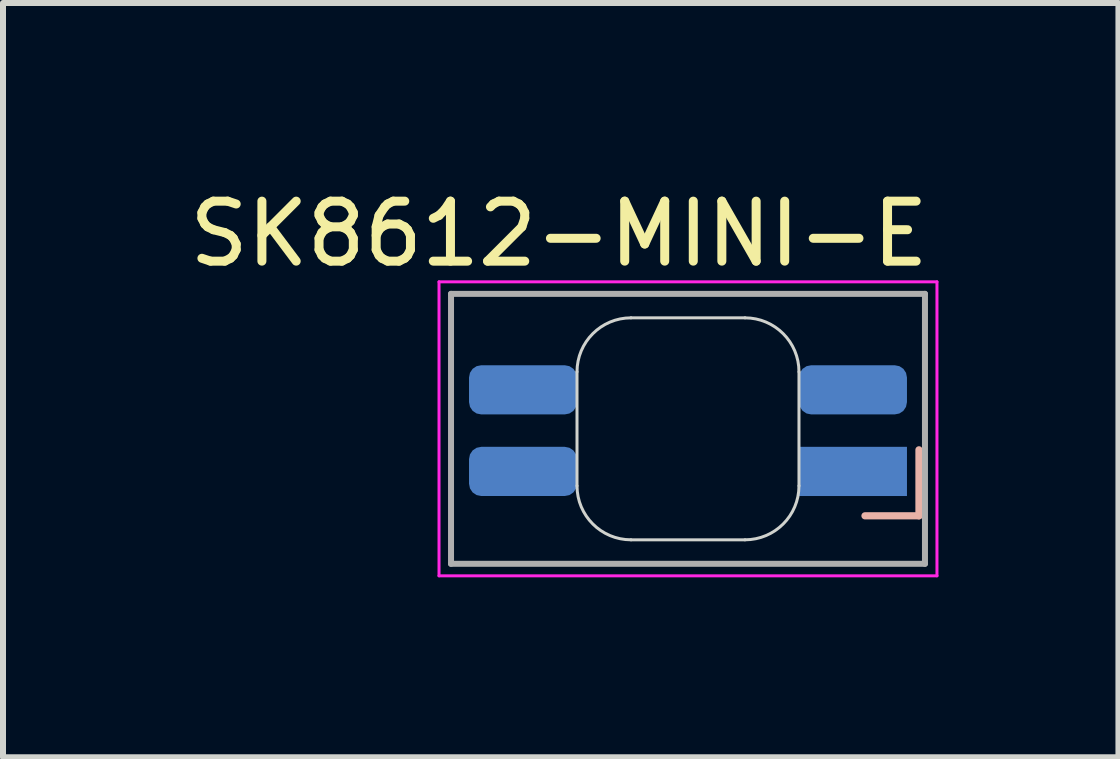
<source format=kicad_pcb>
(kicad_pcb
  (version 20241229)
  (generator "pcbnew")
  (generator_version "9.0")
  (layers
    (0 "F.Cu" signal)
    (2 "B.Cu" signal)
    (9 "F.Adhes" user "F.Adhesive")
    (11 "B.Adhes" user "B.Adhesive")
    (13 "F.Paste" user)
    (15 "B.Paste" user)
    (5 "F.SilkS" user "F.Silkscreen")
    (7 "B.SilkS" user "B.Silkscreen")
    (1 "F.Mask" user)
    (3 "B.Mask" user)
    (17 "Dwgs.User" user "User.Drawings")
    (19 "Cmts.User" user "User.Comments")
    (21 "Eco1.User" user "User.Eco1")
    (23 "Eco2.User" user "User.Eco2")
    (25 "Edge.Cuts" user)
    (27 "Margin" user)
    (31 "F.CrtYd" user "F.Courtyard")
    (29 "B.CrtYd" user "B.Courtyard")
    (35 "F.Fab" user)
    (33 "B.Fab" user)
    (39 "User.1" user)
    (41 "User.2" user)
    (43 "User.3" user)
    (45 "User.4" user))
  (footprint "SK8612-MINI-E"
    (layer "F.Cu")
    (at 8.368 4.148)
    (property "Reference" "SK8612-MINI-E" (at -2.1 -3.3 0) (layer "F.SilkS") (effects (font (size 1 1) (thickness 0.15))))
    (attr through_hole)
    (fp_line (start 3 1.4) (end 3.9 1.4) (stroke (width 0.12) (type solid)) (layer "B.SilkS"))
    (fp_line (start 3.9 1.4) (end 3.9 0.3) (stroke (width 0.12) (type solid)) (layer "B.SilkS"))
    (fp_line (start -1.8 -1) (end -1.8 0.9) (stroke (width 0.05) (type solid)) (layer "Edge.Cuts"))
    (fp_line (start -0.9 1.8) (end 1 1.8) (stroke (width 0.05) (type solid)) (layer "Edge.Cuts"))
    (fp_line (start 1 -1.9) (end -0.9 -1.9) (stroke (width 0.05) (type solid)) (layer "Edge.Cuts"))
    (fp_line (start 1.9 0.9) (end 1.9 -1) (stroke (width 0.05) (type solid)) (layer "Edge.Cuts"))
    (fp_arc (start -1.8 -1) (mid -1.536396 -1.636396) (end -0.9 -1.9) (stroke (width 0.05) (type solid)) (layer "Edge.Cuts"))
    (fp_arc (start -0.9 1.8) (mid -1.536396 1.536396) (end -1.8 0.9) (stroke (width 0.05) (type solid)) (layer "Edge.Cuts"))
    (fp_arc (start 1 -1.9) (mid 1.636396 -1.636396) (end 1.9 -1) (stroke (width 0.05) (type solid)) (layer "Edge.Cuts"))
    (fp_arc (start 1.9 0.9) (mid 1.636396 1.536396) (end 1 1.8) (stroke (width 0.05) (type solid)) (layer "Edge.Cuts"))
    (fp_line (start -4.1 -2.5) (end -4.1 2.4) (stroke (width 0.05) (type solid)) (layer "F.CrtYd"))
    (fp_line (start -4.1 -2.5) (end 4.2 -2.5) (stroke (width 0.05) (type solid)) (layer "F.CrtYd"))
    (fp_line (start 4.2 2.4) (end -4.1 2.4) (stroke (width 0.05) (type solid)) (layer "F.CrtYd"))
    (fp_line (start 4.2 2.4) (end 4.2 -2.5) (stroke (width 0.05) (type solid)) (layer "F.CrtYd"))
    (fp_line (start -3.9 -2.3) (end -3.9 2.2) (stroke (width 0.1) (type solid)) (layer "F.Fab"))
    (fp_line (start -3.9 -2.3) (end 4 -2.3) (stroke (width 0.1) (type solid)) (layer "F.Fab"))
    (fp_line (start 4 2.2) (end -3.9 2.2) (stroke (width 0.1) (type solid)) (layer "F.Fab"))
    (fp_line (start 4 2.2) (end 4 -2.3) (stroke (width 0.1) (type solid)) (layer "F.Fab"))
    (pad "1" smd roundrect (at -2.7 -0.7) (size 1.8 0.82) (layers "B.Cu" "B.Mask" "B.Paste") (roundrect_rratio 0.25))
    (pad "2" smd roundrect (at -2.7 0.66) (size 1.8 0.82) (layers "B.Cu" "B.Mask" "B.Paste") (roundrect_rratio 0.25))
    (pad "3" smd rect (at 2.8 0.66) (size 1.8 0.82) (layers "B.Cu" "B.Mask" "B.Paste"))
    (pad "4" smd roundrect (at 2.8 -0.7) (size 1.8 0.82) (layers "B.Cu" "B.Mask" "B.Paste") (roundrect_rratio 0.25)))
  (gr_rect
    (start -3 -3)
    (end 15.593 9.573)
    (stroke (width 0.1) (type default))
    (fill no)
    (layer "Edge.Cuts")))
</source>
